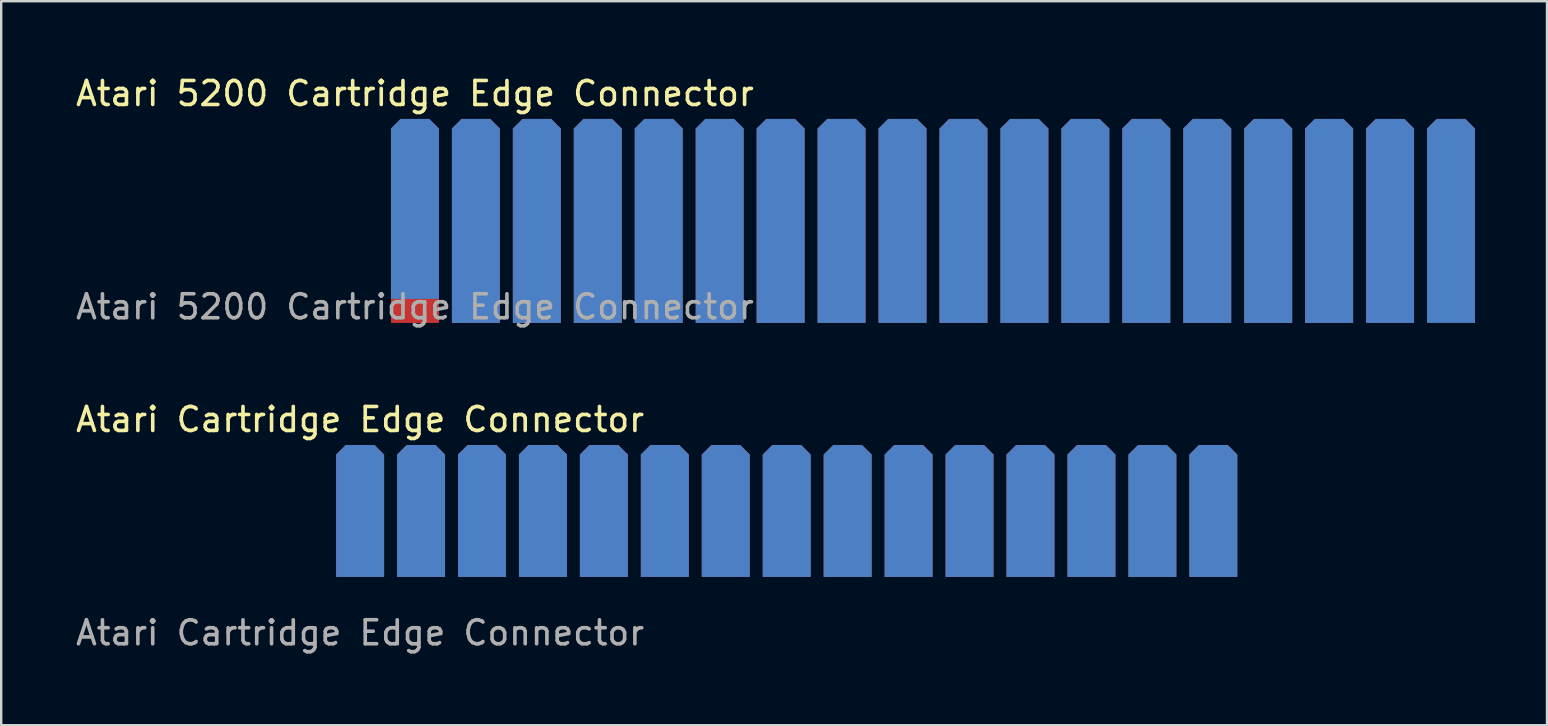
<source format=kicad_pcb>
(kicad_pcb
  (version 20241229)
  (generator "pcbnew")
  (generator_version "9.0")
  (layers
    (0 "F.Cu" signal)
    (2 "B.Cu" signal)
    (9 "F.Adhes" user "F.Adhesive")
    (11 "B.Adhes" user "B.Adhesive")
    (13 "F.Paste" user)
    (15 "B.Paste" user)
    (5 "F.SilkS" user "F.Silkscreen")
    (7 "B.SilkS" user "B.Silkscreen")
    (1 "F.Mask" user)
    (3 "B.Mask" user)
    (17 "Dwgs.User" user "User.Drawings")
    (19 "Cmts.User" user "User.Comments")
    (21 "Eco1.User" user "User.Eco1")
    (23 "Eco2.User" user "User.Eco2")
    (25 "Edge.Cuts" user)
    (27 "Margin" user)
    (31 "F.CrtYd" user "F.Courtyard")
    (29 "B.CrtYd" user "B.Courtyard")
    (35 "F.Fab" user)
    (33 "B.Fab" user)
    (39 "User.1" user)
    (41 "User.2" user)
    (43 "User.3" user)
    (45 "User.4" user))
  (footprint "Atari 5200 Cartridge Edge Connector"
    (layer "F.Cu")
    (at 14.244 4.658)
    (property "Reference" "Atari 5200 Cartridge Edge Connector" (at 0 -3.81 0) (unlocked yes) (layer "F.SilkS") (effects (font (size 1 1) (thickness 0.15))))
    (attr exclude_from_pos_files exclude_from_bom allow_missing_courtyard)
    (fp_text user "${REFERENCE}" (at 0 5.08 0) (unlocked yes) (layer "F.Fab") (effects (font (size 1 1) (thickness 0.15))))
    (pad "1" connect roundrect (at 0 1.5) (size 2 8.5) (layers "F.Cu" "F.Mask") (roundrect_rratio 0) (chamfer_ratio 0.2) (chamfer top_left top_right))
    (pad "2" connect roundrect (at 2.54 1.5) (size 2 8.5) (layers "F.Cu" "F.Mask") (roundrect_rratio 0) (chamfer_ratio 0.2) (chamfer top_left top_right))
    (pad "3" connect roundrect (at 5.08 1.5) (size 2 8.5) (layers "F.Cu" "F.Mask") (roundrect_rratio 0) (chamfer_ratio 0.2) (chamfer top_left top_right))
    (pad "4" connect roundrect (at 7.62 1.5) (size 2 8.5) (layers "F.Cu" "F.Mask") (roundrect_rratio 0) (chamfer_ratio 0.2) (chamfer top_left top_right))
    (pad "5" connect roundrect (at 10.16 1.5) (size 2 8.5) (layers "F.Cu" "F.Mask") (roundrect_rratio 0) (chamfer_ratio 0.2) (chamfer top_left top_right))
    (pad "6" connect roundrect (at 12.7 1.5) (size 2 8.5) (layers "F.Cu" "F.Mask") (roundrect_rratio 0) (chamfer_ratio 0.2) (chamfer top_left top_right))
    (pad "7" connect roundrect (at 15.24 1.5) (size 2 8.5) (layers "F.Cu" "F.Mask") (roundrect_rratio 0) (chamfer_ratio 0.2) (chamfer top_left top_right))
    (pad "8" connect roundrect (at 17.78 1.5) (size 2 8.5) (layers "F.Cu" "F.Mask") (roundrect_rratio 0) (chamfer_ratio 0.2) (chamfer top_left top_right))
    (pad "9" connect roundrect (at 20.32 1.5) (size 2 8.5) (layers "F.Cu" "F.Mask") (roundrect_rratio 0) (chamfer_ratio 0.2) (chamfer top_left top_right))
    (pad "10" connect roundrect (at 22.86 1.5) (size 2 8.5) (layers "F.Cu" "F.Mask") (roundrect_rratio 0) (chamfer_ratio 0.2) (chamfer top_left top_right))
    (pad "11" connect roundrect (at 25.4 1.5) (size 2 8.5) (layers "F.Cu" "F.Mask") (roundrect_rratio 0) (chamfer_ratio 0.2) (chamfer top_left top_right))
    (pad "12" connect roundrect (at 27.94 1.5) (size 2 8.5) (layers "F.Cu" "F.Mask") (roundrect_rratio 0) (chamfer_ratio 0.2) (chamfer top_left top_right))
    (pad "13" connect roundrect (at 30.48 1.5) (size 2 8.5) (layers "F.Cu" "F.Mask") (roundrect_rratio 0) (chamfer_ratio 0.2) (chamfer top_left top_right))
    (pad "14" connect roundrect (at 33.02 1.5) (size 2 8.5) (layers "F.Cu" "F.Mask") (roundrect_rratio 0) (chamfer_ratio 0.2) (chamfer top_left top_right))
    (pad "15" connect roundrect (at 35.56 1.5) (size 2 8.5) (layers "F.Cu" "F.Mask") (roundrect_rratio 0) (chamfer_ratio 0.2) (chamfer top_left top_right))
    (pad "16" connect roundrect (at 38.1 1.5) (size 2 8.5) (layers "F.Cu" "F.Mask") (roundrect_rratio 0) (chamfer_ratio 0.2) (chamfer top_left top_right))
    (pad "17" connect roundrect (at 40.64 1.5) (size 2 8.5) (layers "F.Cu" "F.Mask") (roundrect_rratio 0) (chamfer_ratio 0.2) (chamfer top_left top_right))
    (pad "18" connect roundrect (at 43.18 1) (size 2 7.5) (layers "F.Cu" "F.Mask") (roundrect_rratio 0) (chamfer_ratio 0.2) (chamfer top_left top_right))
    (pad "19" connect roundrect (at 43.18 1.5) (size 2 8.5) (layers "B.Cu" "B.Mask") (roundrect_rratio 0) (chamfer_ratio 0.2) (chamfer top_left top_right))
    (pad "20" connect roundrect (at 40.64 1.5) (size 2 8.5) (layers "B.Cu" "B.Mask") (roundrect_rratio 0) (chamfer_ratio 0.2) (chamfer top_left top_right))
    (pad "21" connect roundrect (at 38.1 1.5) (size 2 8.5) (layers "B.Cu" "B.Mask") (roundrect_rratio 0) (chamfer_ratio 0.2) (chamfer top_left top_right))
    (pad "22" connect roundrect (at 35.56 1.5) (size 2 8.5) (layers "B.Cu" "B.Mask") (roundrect_rratio 0) (chamfer_ratio 0.2) (chamfer top_left top_right))
    (pad "23" connect roundrect (at 33.02 1.5) (size 2 8.5) (layers "B.Cu" "B.Mask") (roundrect_rratio 0) (chamfer_ratio 0.2) (chamfer top_left top_right))
    (pad "24" connect roundrect (at 30.48 1.5) (size 2 8.5) (layers "B.Cu" "B.Mask") (roundrect_rratio 0) (chamfer_ratio 0.2) (chamfer top_left top_right))
    (pad "25" connect roundrect (at 27.94 1.5) (size 2 8.5) (layers "B.Cu" "B.Mask") (roundrect_rratio 0) (chamfer_ratio 0.2) (chamfer top_left top_right))
    (pad "26" connect roundrect (at 25.4 1.5) (size 2 8.5) (layers "B.Cu" "B.Mask") (roundrect_rratio 0) (chamfer_ratio 0.2) (chamfer top_left top_right))
    (pad "27" connect roundrect (at 22.86 1.5) (size 2 8.5) (layers "B.Cu" "B.Mask") (roundrect_rratio 0) (chamfer_ratio 0.2) (chamfer top_left top_right))
    (pad "28" connect roundrect (at 20.32 1.5) (size 2 8.5) (layers "B.Cu" "B.Mask") (roundrect_rratio 0) (chamfer_ratio 0.2) (chamfer top_left top_right))
    (pad "29" connect roundrect (at 17.78 1.5) (size 2 8.5) (layers "B.Cu" "B.Mask") (roundrect_rratio 0) (chamfer_ratio 0.2) (chamfer top_left top_right))
    (pad "30" connect roundrect (at 15.24 1.5) (size 2 8.5) (layers "B.Cu" "B.Mask") (roundrect_rratio 0) (chamfer_ratio 0.2) (chamfer top_left top_right))
    (pad "31" connect roundrect (at 12.7 1.5) (size 2 8.5) (layers "B.Cu" "B.Mask") (roundrect_rratio 0) (chamfer_ratio 0.2) (chamfer top_left top_right))
    (pad "32" connect roundrect (at 10.16 1.5) (size 2 8.5) (layers "B.Cu" "B.Mask") (roundrect_rratio 0) (chamfer_ratio 0.2) (chamfer top_left top_right))
    (pad "33" connect roundrect (at 7.62 1.5) (size 2 8.5) (layers "B.Cu" "B.Mask") (roundrect_rratio 0) (chamfer_ratio 0.2) (chamfer top_left top_right))
    (pad "34" connect roundrect (at 5.08 1.5) (size 2 8.5) (layers "B.Cu" "B.Mask") (roundrect_rratio 0) (chamfer_ratio 0.2) (chamfer top_left top_right))
    (pad "35" connect roundrect (at 2.54 1.5) (size 2 8.5) (layers "B.Cu" "B.Mask") (roundrect_rratio 0) (chamfer_ratio 0.2) (chamfer top_left top_right))
    (pad "36" connect roundrect (at 0 1) (size 2 7.5) (layers "B.Cu" "B.Mask") (roundrect_rratio 0) (chamfer_ratio 0.2) (chamfer top_left top_right)))
  (footprint "Atari Cartridge Edge Connector"
    (layer "F.Cu")
    (at 11.958 18.245)
    (property "Reference" "Atari Cartridge Edge Connector" (at 0 -3.81 0) (unlocked yes) (layer "F.SilkS") (effects (font (size 1 1) (thickness 0.15))))
    (attr exclude_from_pos_files exclude_from_bom allow_missing_courtyard)
    (fp_text user "${REFERENCE}" (at 0 5.08 0) (unlocked yes) (layer "F.Fab") (effects (font (size 1 1) (thickness 0.15))))
    (pad "1" connect roundrect (at 0 0) (size 2 5.5) (layers "F.Cu" "F.Mask") (roundrect_rratio 0) (chamfer_ratio 0.2) (chamfer top_left top_right))
    (pad "2" connect roundrect (at 2.54 0) (size 2 5.5) (layers "F.Cu" "F.Mask") (roundrect_rratio 0) (chamfer_ratio 0.2) (chamfer top_left top_right))
    (pad "3" connect roundrect (at 5.08 0) (size 2 5.5) (layers "F.Cu" "F.Mask") (roundrect_rratio 0) (chamfer_ratio 0.2) (chamfer top_left top_right))
    (pad "4" connect roundrect (at 7.62 0) (size 2 5.5) (layers "F.Cu" "F.Mask") (roundrect_rratio 0) (chamfer_ratio 0.2) (chamfer top_left top_right))
    (pad "5" connect roundrect (at 10.16 0) (size 2 5.5) (layers "F.Cu" "F.Mask") (roundrect_rratio 0) (chamfer_ratio 0.2) (chamfer top_left top_right))
    (pad "6" connect roundrect (at 12.7 0) (size 2 5.5) (layers "F.Cu" "F.Mask") (roundrect_rratio 0) (chamfer_ratio 0.2) (chamfer top_left top_right))
    (pad "7" connect roundrect (at 15.24 0) (size 2 5.5) (layers "F.Cu" "F.Mask") (roundrect_rratio 0) (chamfer_ratio 0.2) (chamfer top_left top_right))
    (pad "8" connect roundrect (at 17.78 0) (size 2 5.5) (layers "F.Cu" "F.Mask") (roundrect_rratio 0) (chamfer_ratio 0.2) (chamfer top_left top_right))
    (pad "9" connect roundrect (at 20.32 0) (size 2 5.5) (layers "F.Cu" "F.Mask") (roundrect_rratio 0) (chamfer_ratio 0.2) (chamfer top_left top_right))
    (pad "10" connect roundrect (at 22.86 0) (size 2 5.5) (layers "F.Cu" "F.Mask") (roundrect_rratio 0) (chamfer_ratio 0.2) (chamfer top_left top_right))
    (pad "11" connect roundrect (at 25.4 0) (size 2 5.5) (layers "F.Cu" "F.Mask") (roundrect_rratio 0) (chamfer_ratio 0.2) (chamfer top_left top_right))
    (pad "12" connect roundrect (at 27.94 0) (size 2 5.5) (layers "F.Cu" "F.Mask") (roundrect_rratio 0) (chamfer_ratio 0.2) (chamfer top_left top_right))
    (pad "13" connect roundrect (at 30.48 0) (size 2 5.5) (layers "F.Cu" "F.Mask") (roundrect_rratio 0) (chamfer_ratio 0.2) (chamfer top_left top_right))
    (pad "14" connect roundrect (at 33.02 0) (size 2 5.5) (layers "F.Cu" "F.Mask") (roundrect_rratio 0) (chamfer_ratio 0.2) (chamfer top_left top_right))
    (pad "15" connect roundrect (at 35.56 0) (size 2 5.5) (layers "F.Cu" "F.Mask") (roundrect_rratio 0) (chamfer_ratio 0.2) (chamfer top_left top_right))
    (pad "A" connect roundrect (at 0 0) (size 2 5.5) (layers "B.Cu" "B.Mask") (roundrect_rratio 0) (chamfer_ratio 0.2) (chamfer top_left top_right))
    (pad "B" connect roundrect (at 2.54 0) (size 2 5.5) (layers "B.Cu" "B.Mask") (roundrect_rratio 0) (chamfer_ratio 0.2) (chamfer top_left top_right))
    (pad "C" connect roundrect (at 5.08 0) (size 2 5.5) (layers "B.Cu" "B.Mask") (roundrect_rratio 0) (chamfer_ratio 0.2) (chamfer top_left top_right))
    (pad "D" connect roundrect (at 7.62 0) (size 2 5.5) (layers "B.Cu" "B.Mask") (roundrect_rratio 0) (chamfer_ratio 0.2) (chamfer top_left top_right))
    (pad "E" connect roundrect (at 10.16 0) (size 2 5.5) (layers "B.Cu" "B.Mask") (roundrect_rratio 0) (chamfer_ratio 0.2) (chamfer top_left top_right))
    (pad "F" connect roundrect (at 12.7 0) (size 2 5.5) (layers "B.Cu" "B.Mask") (roundrect_rratio 0) (chamfer_ratio 0.2) (chamfer top_left top_right))
    (pad "H" connect roundrect (at 15.24 0) (size 2 5.5) (layers "B.Cu" "B.Mask") (roundrect_rratio 0) (chamfer_ratio 0.2) (chamfer top_left top_right))
    (pad "J" connect roundrect (at 17.78 0) (size 2 5.5) (layers "B.Cu" "B.Mask") (roundrect_rratio 0) (chamfer_ratio 0.2) (chamfer top_left top_right))
    (pad "K" connect roundrect (at 20.32 0) (size 2 5.5) (layers "B.Cu" "B.Mask") (roundrect_rratio 0) (chamfer_ratio 0.2) (chamfer top_left top_right))
    (pad "L" connect roundrect (at 22.86 0) (size 2 5.5) (layers "B.Cu" "B.Mask") (roundrect_rratio 0) (chamfer_ratio 0.2) (chamfer top_left top_right))
    (pad "M" connect roundrect (at 25.4 0) (size 2 5.5) (layers "B.Cu" "B.Mask") (roundrect_rratio 0) (chamfer_ratio 0.2) (chamfer top_left top_right))
    (pad "N" connect roundrect (at 27.94 0) (size 2 5.5) (layers "B.Cu" "B.Mask") (roundrect_rratio 0) (chamfer_ratio 0.2) (chamfer top_left top_right))
    (pad "P" connect roundrect (at 30.48 0) (size 2 5.5) (layers "B.Cu" "B.Mask") (roundrect_rratio 0) (chamfer_ratio 0.2) (chamfer top_left top_right))
    (pad "R" connect roundrect (at 33.02 0) (size 2 5.5) (layers "B.Cu" "B.Mask") (roundrect_rratio 0) (chamfer_ratio 0.2) (chamfer top_left top_right))
    (pad "S" connect roundrect (at 35.56 0) (size 2 5.5) (layers "B.Cu" "B.Mask") (roundrect_rratio 0) (chamfer_ratio 0.2) (chamfer top_left top_right)))
  (gr_rect
    (start -3 -3)
    (end 61.424 27.173)
    (stroke (width 0.1) (type default))
    (fill no)
    (layer "Edge.Cuts")))
</source>
